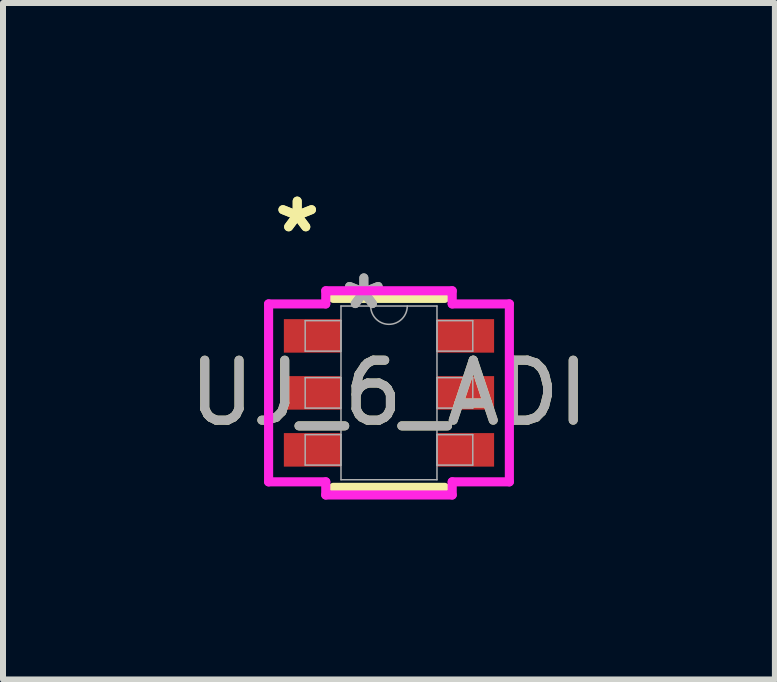
<source format=kicad_pcb>
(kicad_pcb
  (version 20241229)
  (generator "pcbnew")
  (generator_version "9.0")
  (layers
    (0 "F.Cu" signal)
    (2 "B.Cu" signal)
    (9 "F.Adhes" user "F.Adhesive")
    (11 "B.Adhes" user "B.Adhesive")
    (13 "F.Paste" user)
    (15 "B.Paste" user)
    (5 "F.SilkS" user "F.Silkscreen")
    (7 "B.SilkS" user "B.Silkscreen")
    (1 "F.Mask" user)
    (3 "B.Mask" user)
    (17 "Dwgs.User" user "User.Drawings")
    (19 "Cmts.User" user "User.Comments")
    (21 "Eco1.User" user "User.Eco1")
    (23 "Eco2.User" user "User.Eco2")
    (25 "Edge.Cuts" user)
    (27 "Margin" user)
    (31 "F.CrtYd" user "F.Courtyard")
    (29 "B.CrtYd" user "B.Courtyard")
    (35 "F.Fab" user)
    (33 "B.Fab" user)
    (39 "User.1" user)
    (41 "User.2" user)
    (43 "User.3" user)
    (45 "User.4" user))
  (footprint "UJ_6_ADI"
    (layer "F.Cu")
    (at 3.435 3.5)
    (property "Reference" "UJ_6_ADI" (at 0 0 0) (unlocked yes) (layer "F.SilkS") (effects (font (size 1 1) (thickness 0.15))))
    (attr smd)
    (fp_line (start -0.927 1.575) (end 0.927 1.575) (stroke (width 0.152) (type solid)) (layer "F.SilkS"))
    (fp_line (start 0.927 -1.575) (end -0.927 -1.575) (stroke (width 0.152) (type solid)) (layer "F.SilkS"))
    (fp_line (start -2.007 -1.483) (end -1.054 -1.483) (stroke (width 0.152) (type solid)) (layer "F.CrtYd"))
    (fp_line (start -2.007 1.483) (end -2.007 -1.483) (stroke (width 0.152) (type solid)) (layer "F.CrtYd"))
    (fp_line (start -2.007 1.483) (end -1.054 1.483) (stroke (width 0.152) (type solid)) (layer "F.CrtYd"))
    (fp_line (start -1.054 -1.702) (end 1.054 -1.702) (stroke (width 0.152) (type solid)) (layer "F.CrtYd"))
    (fp_line (start -1.054 -1.483) (end -1.054 -1.702) (stroke (width 0.152) (type solid)) (layer "F.CrtYd"))
    (fp_line (start -1.054 1.702) (end -1.054 1.483) (stroke (width 0.152) (type solid)) (layer "F.CrtYd"))
    (fp_line (start 1.054 -1.702) (end 1.054 -1.483) (stroke (width 0.152) (type solid)) (layer "F.CrtYd"))
    (fp_line (start 1.054 1.483) (end 1.054 1.702) (stroke (width 0.152) (type solid)) (layer "F.CrtYd"))
    (fp_line (start 1.054 1.702) (end -1.054 1.702) (stroke (width 0.152) (type solid)) (layer "F.CrtYd"))
    (fp_line (start 2.007 -1.483) (end 1.054 -1.483) (stroke (width 0.152) (type solid)) (layer "F.CrtYd"))
    (fp_line (start 2.007 -1.483) (end 2.007 1.483) (stroke (width 0.152) (type solid)) (layer "F.CrtYd"))
    (fp_line (start 2.007 1.483) (end 1.054 1.483) (stroke (width 0.152) (type solid)) (layer "F.CrtYd"))
    (fp_line (start -1.397 -1.204) (end -1.397 -0.696) (stroke (width 0.025) (type solid)) (layer "F.Fab"))
    (fp_line (start -1.397 -0.696) (end -0.8 -0.696) (stroke (width 0.025) (type solid)) (layer "F.Fab"))
    (fp_line (start -1.397 -0.254) (end -1.397 0.254) (stroke (width 0.025) (type solid)) (layer "F.Fab"))
    (fp_line (start -1.397 0.254) (end -0.8 0.254) (stroke (width 0.025) (type solid)) (layer "F.Fab"))
    (fp_line (start -1.397 0.696) (end -1.397 1.204) (stroke (width 0.025) (type solid)) (layer "F.Fab"))
    (fp_line (start -1.397 1.204) (end -0.8 1.204) (stroke (width 0.025) (type solid)) (layer "F.Fab"))
    (fp_line (start -0.8 -1.448) (end -0.8 1.448) (stroke (width 0.025) (type solid)) (layer "F.Fab"))
    (fp_line (start -0.8 -1.204) (end -1.397 -1.204) (stroke (width 0.025) (type solid)) (layer "F.Fab"))
    (fp_line (start -0.8 -0.696) (end -0.8 -1.204) (stroke (width 0.025) (type solid)) (layer "F.Fab"))
    (fp_line (start -0.8 -0.254) (end -1.397 -0.254) (stroke (width 0.025) (type solid)) (layer "F.Fab"))
    (fp_line (start -0.8 0.254) (end -0.8 -0.254) (stroke (width 0.025) (type solid)) (layer "F.Fab"))
    (fp_line (start -0.8 0.696) (end -1.397 0.696) (stroke (width 0.025) (type solid)) (layer "F.Fab"))
    (fp_line (start -0.8 1.204) (end -0.8 0.696) (stroke (width 0.025) (type solid)) (layer "F.Fab"))
    (fp_line (start -0.8 1.448) (end 0.8 1.448) (stroke (width 0.025) (type solid)) (layer "F.Fab"))
    (fp_line (start 0.8 -1.448) (end -0.8 -1.448) (stroke (width 0.025) (type solid)) (layer "F.Fab"))
    (fp_line (start 0.8 -1.204) (end 0.8 -0.696) (stroke (width 0.025) (type solid)) (layer "F.Fab"))
    (fp_line (start 0.8 -0.696) (end 1.397 -0.696) (stroke (width 0.025) (type solid)) (layer "F.Fab"))
    (fp_line (start 0.8 -0.254) (end 0.8 0.254) (stroke (width 0.025) (type solid)) (layer "F.Fab"))
    (fp_line (start 0.8 0.254) (end 1.397 0.254) (stroke (width 0.025) (type solid)) (layer "F.Fab"))
    (fp_line (start 0.8 0.696) (end 0.8 1.204) (stroke (width 0.025) (type solid)) (layer "F.Fab"))
    (fp_line (start 0.8 1.204) (end 1.397 1.204) (stroke (width 0.025) (type solid)) (layer "F.Fab"))
    (fp_line (start 0.8 1.448) (end 0.8 -1.448) (stroke (width 0.025) (type solid)) (layer "F.Fab"))
    (fp_line (start 1.397 -1.204) (end 0.8 -1.204) (stroke (width 0.025) (type solid)) (layer "F.Fab"))
    (fp_line (start 1.397 -0.696) (end 1.397 -1.204) (stroke (width 0.025) (type solid)) (layer "F.Fab"))
    (fp_line (start 1.397 -0.254) (end 0.8 -0.254) (stroke (width 0.025) (type solid)) (layer "F.Fab"))
    (fp_line (start 1.397 0.254) (end 1.397 -0.254) (stroke (width 0.025) (type solid)) (layer "F.Fab"))
    (fp_line (start 1.397 0.696) (end 0.8 0.696) (stroke (width 0.025) (type solid)) (layer "F.Fab"))
    (fp_line (start 1.397 1.204) (end 1.397 0.696) (stroke (width 0.025) (type solid)) (layer "F.Fab"))
    (fp_arc (start 0.3048 -1.4478) (mid 0 -1.143) (end -0.3048 -1.4478) (stroke (width 0.0254) (type solid)) (layer "F.Fab"))
    (fp_text user "*" (at -1.53 -2.652 0) (unlocked yes) (layer "F.SilkS") (effects (font (size 1 1) (thickness 0.15))))
    (fp_text user "*" (at -1.53 -2.652 0) (layer "F.SilkS") (effects (font (size 1 1) (thickness 0.15))))
    (fp_text user "${REFERENCE}" (at 0 0 0) (unlocked yes) (layer "F.Fab") (effects (font (size 1 1) (thickness 0.15))))
    (fp_text user "*" (at -0.419 -1.372 0) (unlocked yes) (layer "F.Fab") (effects (font (size 1 1) (thickness 0.15))))
    (fp_text user "*" (at -0.419 -1.372 0) (layer "F.Fab") (effects (font (size 1 1) (thickness 0.15))))
    (pad "1" smd rect (at -1.276 -0.95) (size 0.953 0.559) (layers "F.Cu" "F.Mask" "F.Paste"))
    (pad "2" smd rect (at -1.276 0) (size 0.953 0.559) (layers "F.Cu" "F.Mask" "F.Paste"))
    (pad "3" smd rect (at -1.276 0.95) (size 0.953 0.559) (layers "F.Cu" "F.Mask" "F.Paste"))
    (pad "4" smd rect (at 1.276 0.95) (size 0.953 0.559) (layers "F.Cu" "F.Mask" "F.Paste"))
    (pad "5" smd rect (at 1.276 0) (size 0.953 0.559) (layers "F.Cu" "F.Mask" "F.Paste"))
    (pad "6" smd rect (at 1.276 -0.95) (size 0.953 0.559) (layers "F.Cu" "F.Mask" "F.Paste")))
  (gr_rect
    (start -3 -3)
    (end 9.869 8.278)
    (stroke (width 0.1) (type default))
    (fill no)
    (layer "Edge.Cuts")))
</source>
